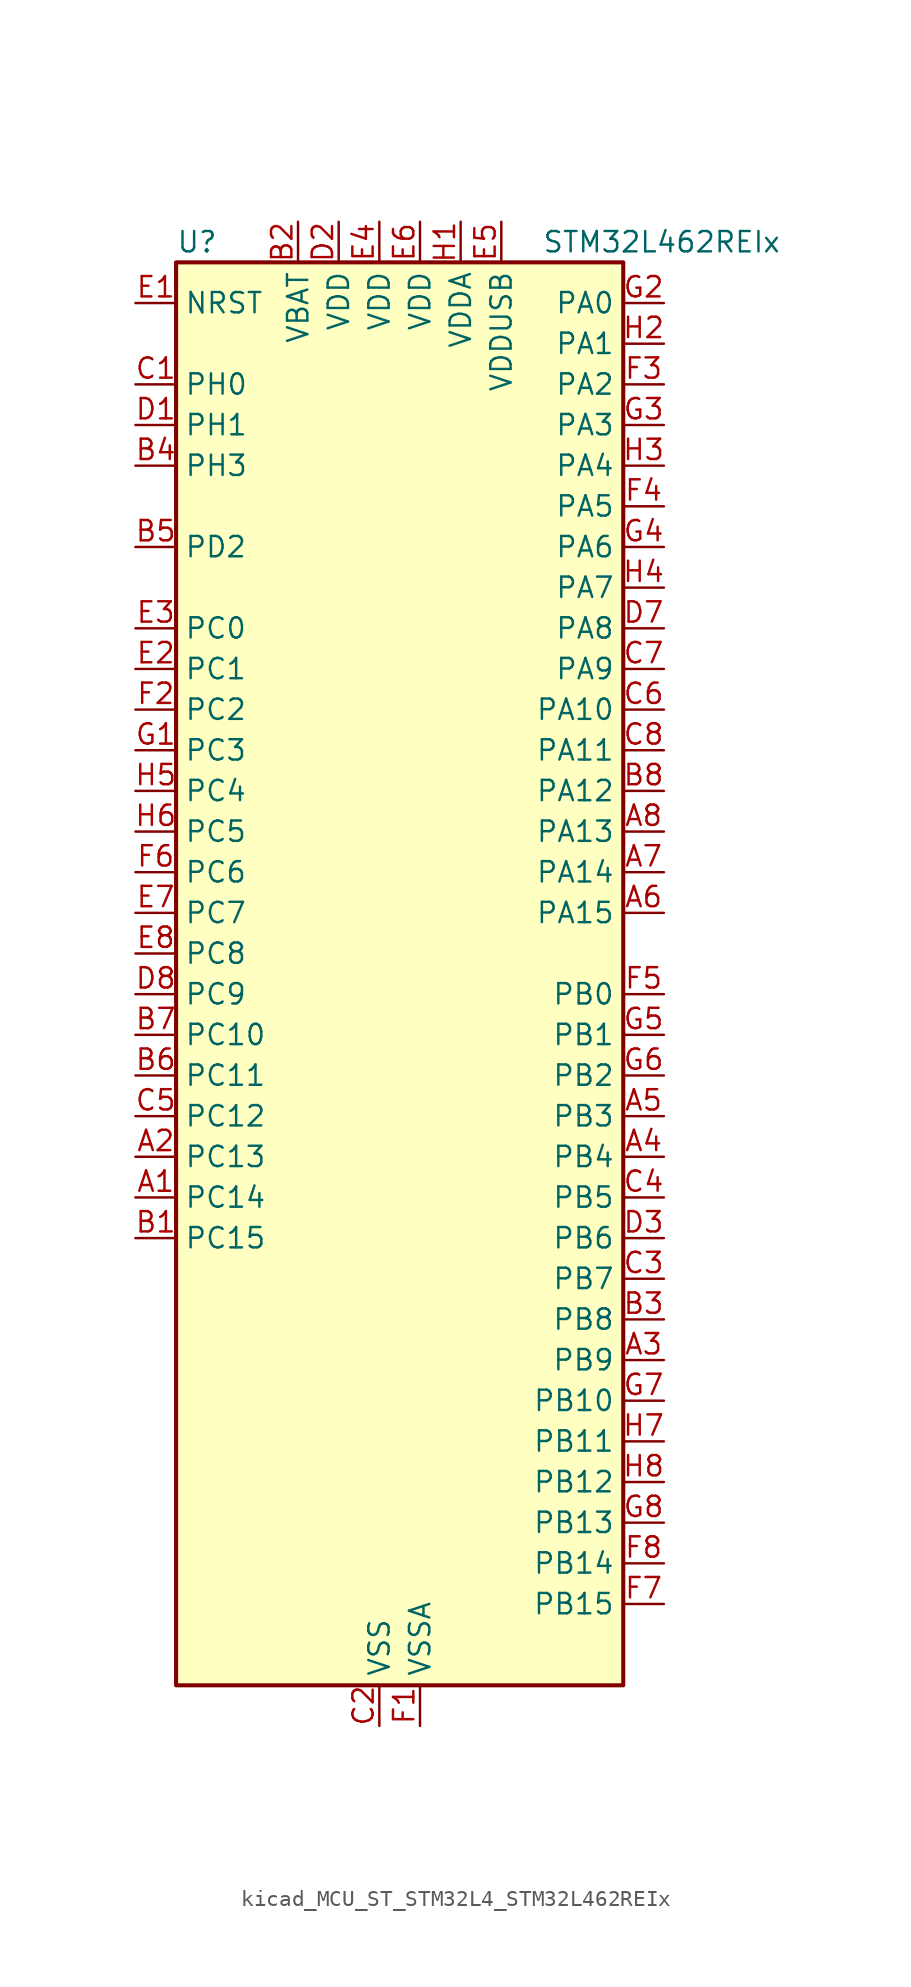
<source format=kicad_sym>
(kicad_symbol_lib
  (version 20220914)
  (generator kicad_symbol_editor)
  (symbol "kicad_MCU_ST_STM32L4_STM32L462REIx"
    (property "Reference" "U"
      (at -12.7 46.99 0)
      (effects (font (size 1.27 1.27)) (justify left)))
    (property "Value" "STM32L462REIx"
      (at 10.16 46.99 0)
      (effects (font (size 1.27 1.27)) (justify left)))
    (property "ki_locked" ""
      (at 0 0 0)
      (effects (font (size 1.27 1.27))))
    (symbol "kicad_MCU_ST_STM32L4_STM32L462REIx_0_1"
      (rectangle (start -12.7 -43.18) (end 15.24 45.72) (stroke (width 0.254) (type default)) (fill (type background))))
    (symbol "kicad_MCU_ST_STM32L4_STM32L462REIx_1_1"
      (pin bidirectional line (at -15.24 -12.7 0) (length 2.54) (name "PC14" (effects (font (size 1.27 1.27)))) (number "A1" (effects (font (size 1.27 1.27)))) (alternate "RCC_OSC32_IN" bidirectional line))
      (pin bidirectional line (at -15.24 -10.16 0) (length 2.54) (name "PC13" (effects (font (size 1.27 1.27)))) (number "A2" (effects (font (size 1.27 1.27)))) (alternate "RTC_OUT_ALARM" bidirectional line) (alternate "RTC_OUT_CALIB" bidirectional line) (alternate "RTC_TAMP1" bidirectional line) (alternate "RTC_TS" bidirectional line) (alternate "SYS_WKUP2" bidirectional line))
      (pin bidirectional line (at 17.78 -22.86 180) (length 2.54) (name "PB9" (effects (font (size 1.27 1.27)))) (number "A3" (effects (font (size 1.27 1.27)))) (alternate "CAN1_TX" bidirectional line) (alternate "DAC1_EXTI9" bidirectional line) (alternate "I2C1_SDA" bidirectional line) (alternate "IR_OUT" bidirectional line) (alternate "SAI1_FS_A" bidirectional line) (alternate "SDMMC1_D5" bidirectional line) (alternate "SPI2_NSS" bidirectional line))
      (pin bidirectional line (at 17.78 -10.16 180) (length 2.54) (name "PB4" (effects (font (size 1.27 1.27)))) (number "A4" (effects (font (size 1.27 1.27)))) (alternate "COMP2_INP" bidirectional line) (alternate "I2C3_SDA" bidirectional line) (alternate "SAI1_MCLK_B" bidirectional line) (alternate "SPI1_MISO" bidirectional line) (alternate "SPI3_MISO" bidirectional line) (alternate "SYS_JTRST" bidirectional line) (alternate "TIM3_CH1" bidirectional line) (alternate "TSC_G2_IO1" bidirectional line) (alternate "USART1_CTS" bidirectional line))
      (pin bidirectional line (at 17.78 -7.62 180) (length 2.54) (name "PB3" (effects (font (size 1.27 1.27)))) (number "A5" (effects (font (size 1.27 1.27)))) (alternate "COMP2_INM" bidirectional line) (alternate "SAI1_SCK_B" bidirectional line) (alternate "SPI1_SCK" bidirectional line) (alternate "SPI3_SCK" bidirectional line) (alternate "SYS_JTDO-SWO" bidirectional line) (alternate "TIM2_CH2" bidirectional line) (alternate "USART1_DE" bidirectional line) (alternate "USART1_RTS" bidirectional line))
      (pin bidirectional line (at 17.78 5.08 180) (length 2.54) (name "PA15" (effects (font (size 1.27 1.27)))) (number "A6" (effects (font (size 1.27 1.27)))) (alternate "ADC1_EXTI15" bidirectional line) (alternate "SPI1_NSS" bidirectional line) (alternate "SPI3_NSS" bidirectional line) (alternate "SYS_JTDI" bidirectional line) (alternate "TIM2_CH1" bidirectional line) (alternate "TIM2_ETR" bidirectional line) (alternate "TSC_G3_IO1" bidirectional line) (alternate "UART4_DE" bidirectional line) (alternate "UART4_RTS" bidirectional line) (alternate "USART2_RX" bidirectional line) (alternate "USART3_DE" bidirectional line) (alternate "USART3_RTS" bidirectional line))
      (pin bidirectional line (at 17.78 7.62 180) (length 2.54) (name "PA14" (effects (font (size 1.27 1.27)))) (number "A7" (effects (font (size 1.27 1.27)))) (alternate "I2C1_SMBA" bidirectional line) (alternate "I2C4_SMBA" bidirectional line) (alternate "LPTIM1_OUT" bidirectional line) (alternate "SAI1_FS_B" bidirectional line) (alternate "SYS_JTCK-SWCLK" bidirectional line))
      (pin bidirectional line (at 17.78 10.16 180) (length 2.54) (name "PA13" (effects (font (size 1.27 1.27)))) (number "A8" (effects (font (size 1.27 1.27)))) (alternate "IR_OUT" bidirectional line) (alternate "SAI1_SD_B" bidirectional line) (alternate "SYS_JTMS-SWDIO" bidirectional line) (alternate "USB_NOE" bidirectional line))
      (pin bidirectional line (at -15.24 -15.24 0) (length 2.54) (name "PC15" (effects (font (size 1.27 1.27)))) (number "B1" (effects (font (size 1.27 1.27)))) (alternate "ADC1_EXTI15" bidirectional line) (alternate "RCC_OSC32_OUT" bidirectional line))
      (pin power_in line (at -5.08 48.26 270) (length 2.54) (name "VBAT" (effects (font (size 1.27 1.27)))) (number "B2" (effects (font (size 1.27 1.27)))))
      (pin bidirectional line (at 17.78 -20.32 180) (length 2.54) (name "PB8" (effects (font (size 1.27 1.27)))) (number "B3" (effects (font (size 1.27 1.27)))) (alternate "CAN1_RX" bidirectional line) (alternate "I2C1_SCL" bidirectional line) (alternate "SAI1_MCLK_A" bidirectional line) (alternate "SDMMC1_D4" bidirectional line) (alternate "TIM16_CH1" bidirectional line))
      (pin bidirectional line (at -15.24 33.02 0) (length 2.54) (name "PH3" (effects (font (size 1.27 1.27)))) (number "B4" (effects (font (size 1.27 1.27)))))
      (pin bidirectional line (at -15.24 27.94 0) (length 2.54) (name "PD2" (effects (font (size 1.27 1.27)))) (number "B5" (effects (font (size 1.27 1.27)))) (alternate "SDMMC1_CMD" bidirectional line) (alternate "SYS_TRACED2" bidirectional line) (alternate "TIM3_ETR" bidirectional line) (alternate "TSC_SYNC" bidirectional line) (alternate "USART3_DE" bidirectional line) (alternate "USART3_RTS" bidirectional line))
      (pin bidirectional line (at -15.24 -5.08 0) (length 2.54) (name "PC11" (effects (font (size 1.27 1.27)))) (number "B6" (effects (font (size 1.27 1.27)))) (alternate "ADC1_EXTI11" bidirectional line) (alternate "SDMMC1_D3" bidirectional line) (alternate "SPI3_MISO" bidirectional line) (alternate "TSC_G3_IO3" bidirectional line) (alternate "UART4_RX" bidirectional line) (alternate "USART3_RX" bidirectional line))
      (pin bidirectional line (at -15.24 -2.54 0) (length 2.54) (name "PC10" (effects (font (size 1.27 1.27)))) (number "B7" (effects (font (size 1.27 1.27)))) (alternate "SDMMC1_D2" bidirectional line) (alternate "SPI3_SCK" bidirectional line) (alternate "SYS_TRACED1" bidirectional line) (alternate "TSC_G3_IO2" bidirectional line) (alternate "UART4_TX" bidirectional line) (alternate "USART3_TX" bidirectional line))
      (pin bidirectional line (at 17.78 12.7 180) (length 2.54) (name "PA12" (effects (font (size 1.27 1.27)))) (number "B8" (effects (font (size 1.27 1.27)))) (alternate "CAN1_TX" bidirectional line) (alternate "SPI1_MOSI" bidirectional line) (alternate "TIM1_ETR" bidirectional line) (alternate "USART1_DE" bidirectional line) (alternate "USART1_RTS" bidirectional line) (alternate "USB_DP" bidirectional line))
      (pin bidirectional line (at -15.24 38.1 0) (length 2.54) (name "PH0" (effects (font (size 1.27 1.27)))) (number "C1" (effects (font (size 1.27 1.27)))) (alternate "RCC_OSC_IN" bidirectional line))
      (pin power_in line (at 0 -45.72 90) (length 2.54) (name "VSS" (effects (font (size 1.27 1.27)))) (number "C2" (effects (font (size 1.27 1.27)))))
      (pin bidirectional line (at 17.78 -17.78 180) (length 2.54) (name "PB7" (effects (font (size 1.27 1.27)))) (number "C3" (effects (font (size 1.27 1.27)))) (alternate "COMP2_INM" bidirectional line) (alternate "I2C1_SDA" bidirectional line) (alternate "I2C4_SDA" bidirectional line) (alternate "LPTIM1_IN2" bidirectional line) (alternate "SYS_PVD_IN" bidirectional line) (alternate "TSC_G2_IO4" bidirectional line) (alternate "UART4_CTS" bidirectional line) (alternate "USART1_RX" bidirectional line))
      (pin bidirectional line (at 17.78 -12.7 180) (length 2.54) (name "PB5" (effects (font (size 1.27 1.27)))) (number "C4" (effects (font (size 1.27 1.27)))) (alternate "CAN1_RX" bidirectional line) (alternate "COMP2_OUT" bidirectional line) (alternate "I2C1_SMBA" bidirectional line) (alternate "LPTIM1_IN1" bidirectional line) (alternate "SAI1_SD_B" bidirectional line) (alternate "SPI1_MOSI" bidirectional line) (alternate "SPI3_MOSI" bidirectional line) (alternate "TIM16_BKIN" bidirectional line) (alternate "TIM3_CH2" bidirectional line) (alternate "TSC_G2_IO2" bidirectional line) (alternate "USART1_CK" bidirectional line))
      (pin bidirectional line (at -15.24 -7.62 0) (length 2.54) (name "PC12" (effects (font (size 1.27 1.27)))) (number "C5" (effects (font (size 1.27 1.27)))) (alternate "SDMMC1_CK" bidirectional line) (alternate "SPI3_MOSI" bidirectional line) (alternate "SYS_TRACED3" bidirectional line) (alternate "TSC_G3_IO4" bidirectional line) (alternate "USART3_CK" bidirectional line))
      (pin bidirectional line (at 17.78 17.78 180) (length 2.54) (name "PA10" (effects (font (size 1.27 1.27)))) (number "C6" (effects (font (size 1.27 1.27)))) (alternate "CRS_SYNC" bidirectional line) (alternate "I2C1_SDA" bidirectional line) (alternate "SAI1_SD_A" bidirectional line) (alternate "TIM1_CH3" bidirectional line) (alternate "USART1_RX" bidirectional line))
      (pin bidirectional line (at 17.78 20.32 180) (length 2.54) (name "PA9" (effects (font (size 1.27 1.27)))) (number "C7" (effects (font (size 1.27 1.27)))) (alternate "DAC1_EXTI9" bidirectional line) (alternate "DFSDM1_DATIN1" bidirectional line) (alternate "I2C1_SCL" bidirectional line) (alternate "SAI1_FS_A" bidirectional line) (alternate "TIM15_BKIN" bidirectional line) (alternate "TIM1_CH2" bidirectional line) (alternate "USART1_TX" bidirectional line))
      (pin bidirectional line (at 17.78 15.24 180) (length 2.54) (name "PA11" (effects (font (size 1.27 1.27)))) (number "C8" (effects (font (size 1.27 1.27)))) (alternate "ADC1_EXTI11" bidirectional line) (alternate "CAN1_RX" bidirectional line) (alternate "COMP1_OUT" bidirectional line) (alternate "SPI1_MISO" bidirectional line) (alternate "TIM1_BKIN2" bidirectional line) (alternate "TIM1_BKIN2_COMP1" bidirectional line) (alternate "TIM1_CH4" bidirectional line) (alternate "USART1_CTS" bidirectional line) (alternate "USB_DM" bidirectional line))
      (pin bidirectional line (at -15.24 35.56 0) (length 2.54) (name "PH1" (effects (font (size 1.27 1.27)))) (number "D1" (effects (font (size 1.27 1.27)))) (alternate "RCC_OSC_OUT" bidirectional line))
      (pin power_in line (at -2.54 48.26 270) (length 2.54) (name "VDD" (effects (font (size 1.27 1.27)))) (number "D2" (effects (font (size 1.27 1.27)))))
      (pin bidirectional line (at 17.78 -15.24 180) (length 2.54) (name "PB6" (effects (font (size 1.27 1.27)))) (number "D3" (effects (font (size 1.27 1.27)))) (alternate "CAN1_TX" bidirectional line) (alternate "COMP2_INP" bidirectional line) (alternate "I2C1_SCL" bidirectional line) (alternate "I2C4_SCL" bidirectional line) (alternate "LPTIM1_ETR" bidirectional line) (alternate "SAI1_FS_B" bidirectional line) (alternate "TIM16_CH1N" bidirectional line) (alternate "TSC_G2_IO3" bidirectional line) (alternate "USART1_TX" bidirectional line))
      (pin passive line (at 0 -45.72 90) (length 2.54) hide (name "VSS" (effects (font (size 1.27 1.27)))) (number "D4" (effects (font (size 1.27 1.27)))))
      (pin passive line (at 0 -45.72 90) (length 2.54) hide (name "VSS" (effects (font (size 1.27 1.27)))) (number "D5" (effects (font (size 1.27 1.27)))))
      (pin passive line (at 0 -45.72 90) (length 2.54) hide (name "VSS" (effects (font (size 1.27 1.27)))) (number "D6" (effects (font (size 1.27 1.27)))))
      (pin bidirectional line (at 17.78 22.86 180) (length 2.54) (name "PA8" (effects (font (size 1.27 1.27)))) (number "D7" (effects (font (size 1.27 1.27)))) (alternate "DFSDM1_CKIN1" bidirectional line) (alternate "LPTIM2_OUT" bidirectional line) (alternate "RCC_MCO" bidirectional line) (alternate "SAI1_SCK_A" bidirectional line) (alternate "TIM1_CH1" bidirectional line) (alternate "USART1_CK" bidirectional line))
      (pin bidirectional line (at -15.24 0 0) (length 2.54) (name "PC9" (effects (font (size 1.27 1.27)))) (number "D8" (effects (font (size 1.27 1.27)))) (alternate "DAC1_EXTI9" bidirectional line) (alternate "SDMMC1_D1" bidirectional line) (alternate "TIM3_CH4" bidirectional line) (alternate "TSC_G4_IO4" bidirectional line) (alternate "USB_NOE" bidirectional line))
      (pin input line (at -15.24 43.18 0) (length 2.54) (name "NRST" (effects (font (size 1.27 1.27)))) (number "E1" (effects (font (size 1.27 1.27)))))
      (pin bidirectional line (at -15.24 20.32 0) (length 2.54) (name "PC1" (effects (font (size 1.27 1.27)))) (number "E2" (effects (font (size 1.27 1.27)))) (alternate "ADC1_IN2" bidirectional line) (alternate "I2C3_SDA" bidirectional line) (alternate "I2C4_SDA" bidirectional line) (alternate "LPTIM1_OUT" bidirectional line) (alternate "LPUART1_TX" bidirectional line) (alternate "SYS_TRACED0" bidirectional line))
      (pin bidirectional line (at -15.24 22.86 0) (length 2.54) (name "PC0" (effects (font (size 1.27 1.27)))) (number "E3" (effects (font (size 1.27 1.27)))) (alternate "ADC1_IN1" bidirectional line) (alternate "I2C3_SCL" bidirectional line) (alternate "I2C4_SCL" bidirectional line) (alternate "LPTIM1_IN1" bidirectional line) (alternate "LPTIM2_IN1" bidirectional line) (alternate "LPUART1_RX" bidirectional line))
      (pin power_in line (at 0 48.26 270) (length 2.54) (name "VDD" (effects (font (size 1.27 1.27)))) (number "E4" (effects (font (size 1.27 1.27)))))
      (pin power_in line (at 7.62 48.26 270) (length 2.54) (name "VDDUSB" (effects (font (size 1.27 1.27)))) (number "E5" (effects (font (size 1.27 1.27)))))
      (pin power_in line (at 2.54 48.26 270) (length 2.54) (name "VDD" (effects (font (size 1.27 1.27)))) (number "E6" (effects (font (size 1.27 1.27)))))
      (pin bidirectional line (at -15.24 5.08 0) (length 2.54) (name "PC7" (effects (font (size 1.27 1.27)))) (number "E7" (effects (font (size 1.27 1.27)))) (alternate "DFSDM1_DATIN3" bidirectional line) (alternate "SDMMC1_D7" bidirectional line) (alternate "TIM3_CH2" bidirectional line) (alternate "TSC_G4_IO2" bidirectional line))
      (pin bidirectional line (at -15.24 2.54 0) (length 2.54) (name "PC8" (effects (font (size 1.27 1.27)))) (number "E8" (effects (font (size 1.27 1.27)))) (alternate "SDMMC1_D0" bidirectional line) (alternate "TIM3_CH3" bidirectional line) (alternate "TSC_G4_IO3" bidirectional line))
      (pin power_in line (at 2.54 -45.72 90) (length 2.54) (name "VSSA" (effects (font (size 1.27 1.27)))) (number "F1" (effects (font (size 1.27 1.27)))))
      (pin bidirectional line (at -15.24 17.78 0) (length 2.54) (name "PC2" (effects (font (size 1.27 1.27)))) (number "F2" (effects (font (size 1.27 1.27)))) (alternate "ADC1_IN3" bidirectional line) (alternate "DFSDM1_CKOUT" bidirectional line) (alternate "LPTIM1_IN2" bidirectional line) (alternate "SPI2_MISO" bidirectional line))
      (pin bidirectional line (at 17.78 38.1 180) (length 2.54) (name "PA2" (effects (font (size 1.27 1.27)))) (number "F3" (effects (font (size 1.27 1.27)))) (alternate "ADC1_IN7" bidirectional line) (alternate "COMP2_INM" bidirectional line) (alternate "COMP2_OUT" bidirectional line) (alternate "LPUART1_TX" bidirectional line) (alternate "QUADSPI_BK1_NCS" bidirectional line) (alternate "RCC_LSCO" bidirectional line) (alternate "SYS_WKUP4" bidirectional line) (alternate "TIM15_CH1" bidirectional line) (alternate "TIM2_CH3" bidirectional line) (alternate "USART2_TX" bidirectional line))
      (pin bidirectional line (at 17.78 30.48 180) (length 2.54) (name "PA5" (effects (font (size 1.27 1.27)))) (number "F4" (effects (font (size 1.27 1.27)))) (alternate "ADC1_IN10" bidirectional line) (alternate "COMP1_INM" bidirectional line) (alternate "COMP2_INM" bidirectional line) (alternate "DFSDM1_CKOUT" bidirectional line) (alternate "LPTIM2_ETR" bidirectional line) (alternate "SPI1_SCK" bidirectional line) (alternate "TIM2_CH1" bidirectional line) (alternate "TIM2_ETR" bidirectional line))
      (pin bidirectional line (at 17.78 0 180) (length 2.54) (name "PB0" (effects (font (size 1.27 1.27)))) (number "F5" (effects (font (size 1.27 1.27)))) (alternate "ADC1_IN15" bidirectional line) (alternate "COMP1_OUT" bidirectional line) (alternate "DFSDM1_CKIN0" bidirectional line) (alternate "QUADSPI_BK1_IO1" bidirectional line) (alternate "SAI1_EXTCLK" bidirectional line) (alternate "SPI1_NSS" bidirectional line) (alternate "TIM1_CH2N" bidirectional line) (alternate "TIM3_CH3" bidirectional line) (alternate "USART3_CK" bidirectional line))
      (pin bidirectional line (at -15.24 7.62 0) (length 2.54) (name "PC6" (effects (font (size 1.27 1.27)))) (number "F6" (effects (font (size 1.27 1.27)))) (alternate "DFSDM1_CKIN3" bidirectional line) (alternate "SDMMC1_D6" bidirectional line) (alternate "TIM3_CH1" bidirectional line) (alternate "TSC_G4_IO1" bidirectional line))
      (pin bidirectional line (at 17.78 -38.1 180) (length 2.54) (name "PB15" (effects (font (size 1.27 1.27)))) (number "F7" (effects (font (size 1.27 1.27)))) (alternate "ADC1_EXTI15" bidirectional line) (alternate "DFSDM1_CKIN2" bidirectional line) (alternate "RTC_REFIN" bidirectional line) (alternate "SAI1_SD_A" bidirectional line) (alternate "SPI2_MOSI" bidirectional line) (alternate "TIM15_CH2" bidirectional line) (alternate "TIM1_CH3N" bidirectional line) (alternate "TSC_G1_IO4" bidirectional line))
      (pin bidirectional line (at 17.78 -35.56 180) (length 2.54) (name "PB14" (effects (font (size 1.27 1.27)))) (number "F8" (effects (font (size 1.27 1.27)))) (alternate "DFSDM1_DATIN2" bidirectional line) (alternate "I2C2_SDA" bidirectional line) (alternate "SAI1_MCLK_A" bidirectional line) (alternate "SPI2_MISO" bidirectional line) (alternate "TIM15_CH1" bidirectional line) (alternate "TIM1_CH2N" bidirectional line) (alternate "TSC_G1_IO3" bidirectional line) (alternate "USART3_DE" bidirectional line) (alternate "USART3_RTS" bidirectional line))
      (pin bidirectional line (at -15.24 15.24 0) (length 2.54) (name "PC3" (effects (font (size 1.27 1.27)))) (number "G1" (effects (font (size 1.27 1.27)))) (alternate "ADC1_IN4" bidirectional line) (alternate "LPTIM1_ETR" bidirectional line) (alternate "LPTIM2_ETR" bidirectional line) (alternate "SAI1_SD_A" bidirectional line) (alternate "SPI2_MOSI" bidirectional line))
      (pin bidirectional line (at 17.78 43.18 180) (length 2.54) (name "PA0" (effects (font (size 1.27 1.27)))) (number "G2" (effects (font (size 1.27 1.27)))) (alternate "ADC1_IN5" bidirectional line) (alternate "COMP1_INM" bidirectional line) (alternate "COMP1_OUT" bidirectional line) (alternate "OPAMP1_VINP" bidirectional line) (alternate "RTC_TAMP2" bidirectional line) (alternate "SAI1_EXTCLK" bidirectional line) (alternate "SYS_WKUP1" bidirectional line) (alternate "TIM2_CH1" bidirectional line) (alternate "TIM2_ETR" bidirectional line) (alternate "UART4_TX" bidirectional line) (alternate "USART2_CTS" bidirectional line))
      (pin bidirectional line (at 17.78 35.56 180) (length 2.54) (name "PA3" (effects (font (size 1.27 1.27)))) (number "G3" (effects (font (size 1.27 1.27)))) (alternate "ADC1_IN8" bidirectional line) (alternate "COMP2_INP" bidirectional line) (alternate "LPUART1_RX" bidirectional line) (alternate "OPAMP1_VOUT" bidirectional line) (alternate "QUADSPI_CLK" bidirectional line) (alternate "SAI1_MCLK_A" bidirectional line) (alternate "TIM15_CH2" bidirectional line) (alternate "TIM2_CH4" bidirectional line) (alternate "USART2_RX" bidirectional line))
      (pin bidirectional line (at 17.78 27.94 180) (length 2.54) (name "PA6" (effects (font (size 1.27 1.27)))) (number "G4" (effects (font (size 1.27 1.27)))) (alternate "ADC1_IN11" bidirectional line) (alternate "COMP1_OUT" bidirectional line) (alternate "LPUART1_CTS" bidirectional line) (alternate "QUADSPI_BK1_IO3" bidirectional line) (alternate "SPI1_MISO" bidirectional line) (alternate "TIM16_CH1" bidirectional line) (alternate "TIM1_BKIN" bidirectional line) (alternate "TIM1_BKIN_COMP2" bidirectional line) (alternate "TIM3_CH1" bidirectional line) (alternate "USART3_CTS" bidirectional line))
      (pin bidirectional line (at 17.78 -2.54 180) (length 2.54) (name "PB1" (effects (font (size 1.27 1.27)))) (number "G5" (effects (font (size 1.27 1.27)))) (alternate "ADC1_IN16" bidirectional line) (alternate "COMP1_INM" bidirectional line) (alternate "DFSDM1_DATIN0" bidirectional line) (alternate "LPTIM2_IN1" bidirectional line) (alternate "LPUART1_DE" bidirectional line) (alternate "LPUART1_RTS" bidirectional line) (alternate "QUADSPI_BK1_IO0" bidirectional line) (alternate "TIM1_CH3N" bidirectional line) (alternate "TIM3_CH4" bidirectional line) (alternate "USART3_DE" bidirectional line) (alternate "USART3_RTS" bidirectional line))
      (pin bidirectional line (at 17.78 -5.08 180) (length 2.54) (name "PB2" (effects (font (size 1.27 1.27)))) (number "G6" (effects (font (size 1.27 1.27)))) (alternate "COMP1_INP" bidirectional line) (alternate "DFSDM1_CKIN0" bidirectional line) (alternate "I2C3_SMBA" bidirectional line) (alternate "LPTIM1_OUT" bidirectional line) (alternate "RTC_OUT_ALARM" bidirectional line) (alternate "RTC_OUT_CALIB" bidirectional line))
      (pin bidirectional line (at 17.78 -25.4 180) (length 2.54) (name "PB10" (effects (font (size 1.27 1.27)))) (number "G7" (effects (font (size 1.27 1.27)))) (alternate "COMP1_OUT" bidirectional line) (alternate "I2C2_SCL" bidirectional line) (alternate "I2C4_SCL" bidirectional line) (alternate "LPUART1_RX" bidirectional line) (alternate "QUADSPI_CLK" bidirectional line) (alternate "SAI1_SCK_A" bidirectional line) (alternate "SPI2_SCK" bidirectional line) (alternate "TIM2_CH3" bidirectional line) (alternate "TSC_SYNC" bidirectional line) (alternate "USART3_TX" bidirectional line))
      (pin bidirectional line (at 17.78 -33.02 180) (length 2.54) (name "PB13" (effects (font (size 1.27 1.27)))) (number "G8" (effects (font (size 1.27 1.27)))) (alternate "CAN1_TX" bidirectional line) (alternate "DFSDM1_CKIN1" bidirectional line) (alternate "I2C2_SCL" bidirectional line) (alternate "LPUART1_CTS" bidirectional line) (alternate "SAI1_SCK_A" bidirectional line) (alternate "SPI2_SCK" bidirectional line) (alternate "TIM15_CH1N" bidirectional line) (alternate "TIM1_CH1N" bidirectional line) (alternate "TSC_G1_IO2" bidirectional line) (alternate "USART3_CTS" bidirectional line))
      (pin power_in line (at 5.08 48.26 270) (length 2.54) (name "VDDA" (effects (font (size 1.27 1.27)))) (number "H1" (effects (font (size 1.27 1.27)))))
      (pin bidirectional line (at 17.78 40.64 180) (length 2.54) (name "PA1" (effects (font (size 1.27 1.27)))) (number "H2" (effects (font (size 1.27 1.27)))) (alternate "ADC1_IN6" bidirectional line) (alternate "COMP1_INP" bidirectional line) (alternate "I2C1_SMBA" bidirectional line) (alternate "OPAMP1_VINM" bidirectional line) (alternate "SPI1_SCK" bidirectional line) (alternate "TIM15_CH1N" bidirectional line) (alternate "TIM2_CH2" bidirectional line) (alternate "UART4_RX" bidirectional line) (alternate "USART2_DE" bidirectional line) (alternate "USART2_RTS" bidirectional line))
      (pin bidirectional line (at 17.78 33.02 180) (length 2.54) (name "PA4" (effects (font (size 1.27 1.27)))) (number "H3" (effects (font (size 1.27 1.27)))) (alternate "ADC1_IN9" bidirectional line) (alternate "COMP1_INM" bidirectional line) (alternate "COMP2_INM" bidirectional line) (alternate "DAC1_OUT1" bidirectional line) (alternate "LPTIM2_OUT" bidirectional line) (alternate "SAI1_FS_B" bidirectional line) (alternate "SPI1_NSS" bidirectional line) (alternate "SPI3_NSS" bidirectional line) (alternate "USART2_CK" bidirectional line))
      (pin bidirectional line (at 17.78 25.4 180) (length 2.54) (name "PA7" (effects (font (size 1.27 1.27)))) (number "H4" (effects (font (size 1.27 1.27)))) (alternate "ADC1_IN12" bidirectional line) (alternate "COMP2_OUT" bidirectional line) (alternate "DFSDM1_DATIN0" bidirectional line) (alternate "I2C3_SCL" bidirectional line) (alternate "QUADSPI_BK1_IO2" bidirectional line) (alternate "SPI1_MOSI" bidirectional line) (alternate "TIM1_CH1N" bidirectional line) (alternate "TIM3_CH2" bidirectional line))
      (pin bidirectional line (at -15.24 12.7 0) (length 2.54) (name "PC4" (effects (font (size 1.27 1.27)))) (number "H5" (effects (font (size 1.27 1.27)))) (alternate "ADC1_IN13" bidirectional line) (alternate "COMP1_INM" bidirectional line) (alternate "USART3_TX" bidirectional line))
      (pin bidirectional line (at -15.24 10.16 0) (length 2.54) (name "PC5" (effects (font (size 1.27 1.27)))) (number "H6" (effects (font (size 1.27 1.27)))) (alternate "ADC1_IN14" bidirectional line) (alternate "COMP1_INP" bidirectional line) (alternate "SYS_WKUP5" bidirectional line) (alternate "USART3_RX" bidirectional line))
      (pin bidirectional line (at 17.78 -27.94 180) (length 2.54) (name "PB11" (effects (font (size 1.27 1.27)))) (number "H7" (effects (font (size 1.27 1.27)))) (alternate "ADC1_EXTI11" bidirectional line) (alternate "COMP2_OUT" bidirectional line) (alternate "I2C2_SDA" bidirectional line) (alternate "I2C4_SDA" bidirectional line) (alternate "LPUART1_TX" bidirectional line) (alternate "QUADSPI_BK1_NCS" bidirectional line) (alternate "TIM2_CH4" bidirectional line) (alternate "USART3_RX" bidirectional line))
      (pin bidirectional line (at 17.78 -30.48 180) (length 2.54) (name "PB12" (effects (font (size 1.27 1.27)))) (number "H8" (effects (font (size 1.27 1.27)))) (alternate "CAN1_RX" bidirectional line) (alternate "DFSDM1_DATIN1" bidirectional line) (alternate "I2C2_SMBA" bidirectional line) (alternate "LPUART1_DE" bidirectional line) (alternate "LPUART1_RTS" bidirectional line) (alternate "SAI1_FS_A" bidirectional line) (alternate "SPI2_NSS" bidirectional line) (alternate "TIM15_BKIN" bidirectional line) (alternate "TIM1_BKIN" bidirectional line) (alternate "TIM1_BKIN_COMP2" bidirectional line) (alternate "TSC_G1_IO1" bidirectional line) (alternate "USART3_CK" bidirectional line)))))
</source>
